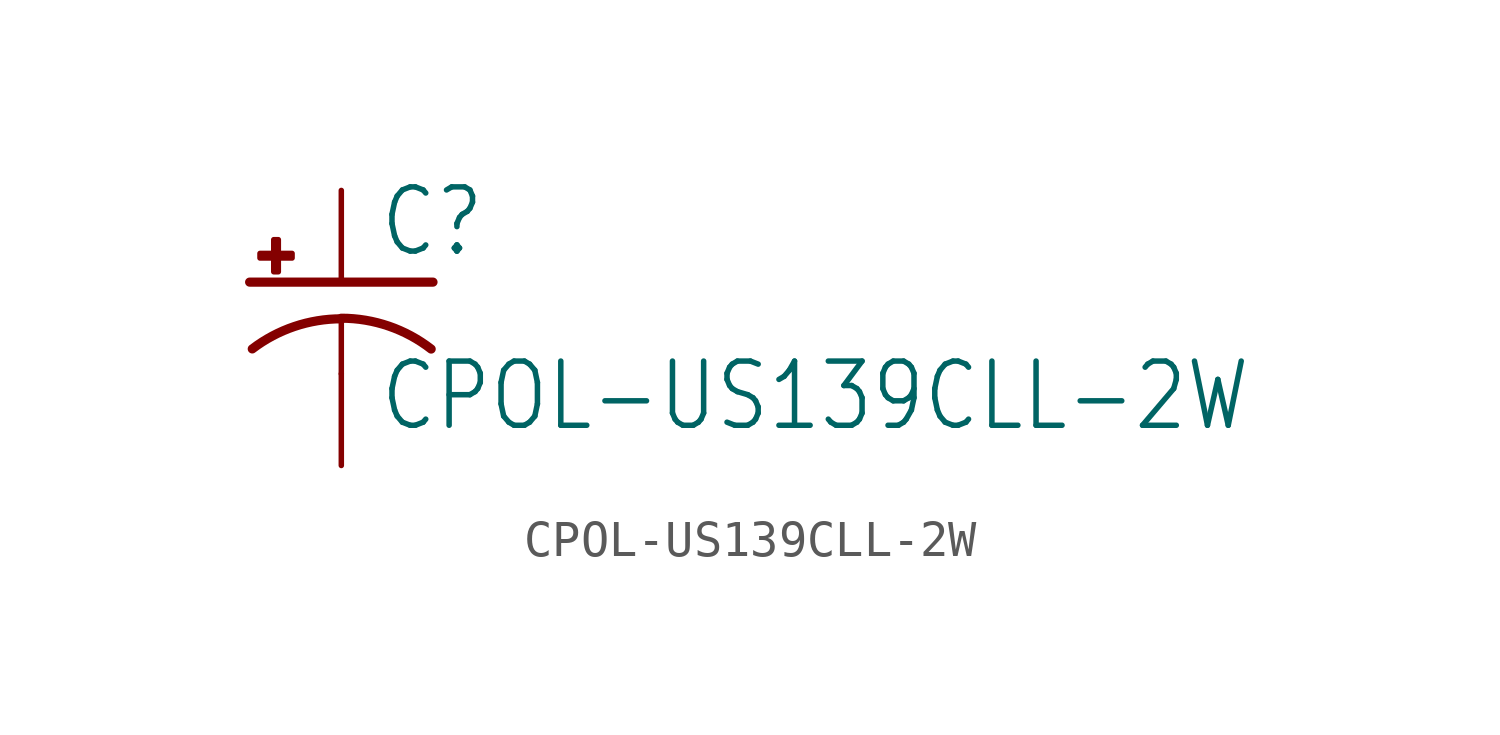
<source format=kicad_sym>
(kicad_symbol_lib
  (version 20211014)
  (generator kicad_symbol_editor)
  (symbol "CPOL-US139CLL-2W"
    (property "Reference" "C"
      (at 1.016 0.635 0)
      (effects (font (size 1.778 1.511)) (justify left bottom)))
    (property "Value" "CPOL-US139CLL-2W"
      (at 1.016 -4.191 0)
      (effects (font (size 1.778 1.511)) (justify left bottom)))
    (property "ki_locked" ""
      (at 0 0 0)
      (effects (font (size 1.27 1.27))))
    (symbol "CPOL-US139CLL-2W_1_0"
      (rectangle (start -2.253 0.668) (end -1.364 0.795) (stroke (width 0) (type default) (color 0 0 0 0)) (fill (type outline)))
      (rectangle (start -1.872 0.287) (end -1.745 1.176) (stroke (width 0) (type default) (color 0 0 0 0)) (fill (type outline)))
      (arc (start 0 -1.0161) (mid -1.3021 -1.2302) (end -2.4669 -1.8504) (stroke (width 0.254) (type default) (color 0 0 0 0)) (fill (type none)))
      (polyline (pts (xy -2.54 0) (xy 2.54 0)) (stroke (width 0.254) (type default) (color 0 0 0 0)) (fill (type none)))
      (polyline (pts (xy 0 -1.016) (xy 0 -2.54)) (stroke (width 0.152) (type default) (color 0 0 0 0)) (fill (type none)))
      (arc (start 2.4892 -1.8542) (mid 1.3158 -1.2195) (end 0 -1) (stroke (width 0.254) (type default) (color 0 0 0 0)) (fill (type none)))
      (pin passive line (at 0 2.54 270) (length 2.54) (name "+" (effects (font (size 0 0)))) (number "+" (effects (font (size 0 0)))))
      (pin passive line (at 0 -5.08 90) (length 2.54) (name "-" (effects (font (size 0 0)))) (number "-" (effects (font (size 0 0))))))))
</source>
